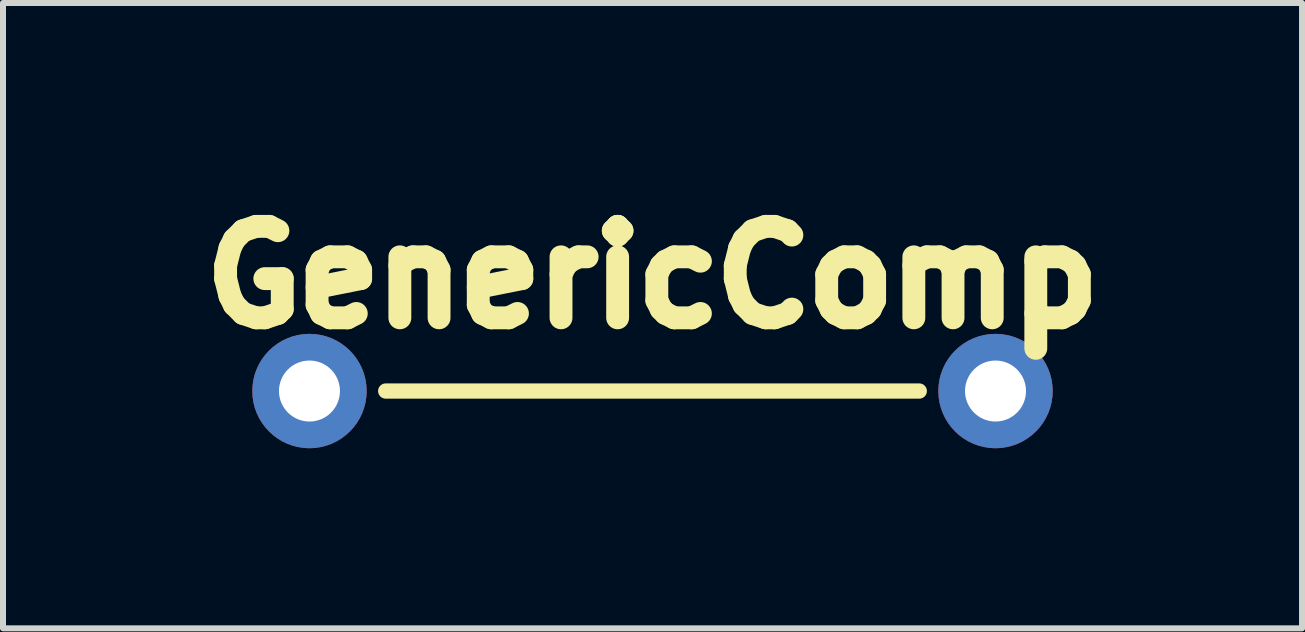
<source format=kicad_pcb>
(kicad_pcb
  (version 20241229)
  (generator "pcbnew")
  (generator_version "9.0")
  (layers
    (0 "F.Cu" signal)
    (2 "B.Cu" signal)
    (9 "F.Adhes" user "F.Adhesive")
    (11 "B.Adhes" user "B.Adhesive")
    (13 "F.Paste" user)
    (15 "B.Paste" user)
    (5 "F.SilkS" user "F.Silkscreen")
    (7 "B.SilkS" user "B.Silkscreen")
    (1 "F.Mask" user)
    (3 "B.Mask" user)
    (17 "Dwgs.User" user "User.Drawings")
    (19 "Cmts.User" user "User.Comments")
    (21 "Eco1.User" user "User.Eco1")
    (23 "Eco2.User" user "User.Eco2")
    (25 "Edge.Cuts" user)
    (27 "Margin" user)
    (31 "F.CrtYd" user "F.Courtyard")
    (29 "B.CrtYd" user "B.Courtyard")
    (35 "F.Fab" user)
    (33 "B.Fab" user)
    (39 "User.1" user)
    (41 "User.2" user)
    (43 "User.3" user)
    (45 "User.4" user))
  (footprint "GenericComp"
    (layer "F.Cu")
    (at 7.821 3.465)
    (property "Reference" "GenericComp" (at 0 -1.905 0) (unlocked yes) (layer "F.SilkS") (effects (font (size 1.524 1.524) (thickness 0.381))))
    (attr through_hole)
    (fp_line (start 4.445 0) (end -4.445 0) (stroke (width 0.254) (type solid)) (layer "F.SilkS"))
    (pad "1" thru_hole circle (at -5.715 0 270) (size 1.905 1.905) (drill 1.016) (layers "*.Cu" "*.Mask"))
    (pad "2" thru_hole circle (at 5.715 0 270) (size 1.905 1.905) (drill 1.016) (layers "*.Cu" "*.Mask")))
  (gr_rect
    (start -3 -3)
    (end 18.643 7.418)
    (stroke (width 0.1) (type default))
    (fill no)
    (layer "Edge.Cuts")))
</source>
